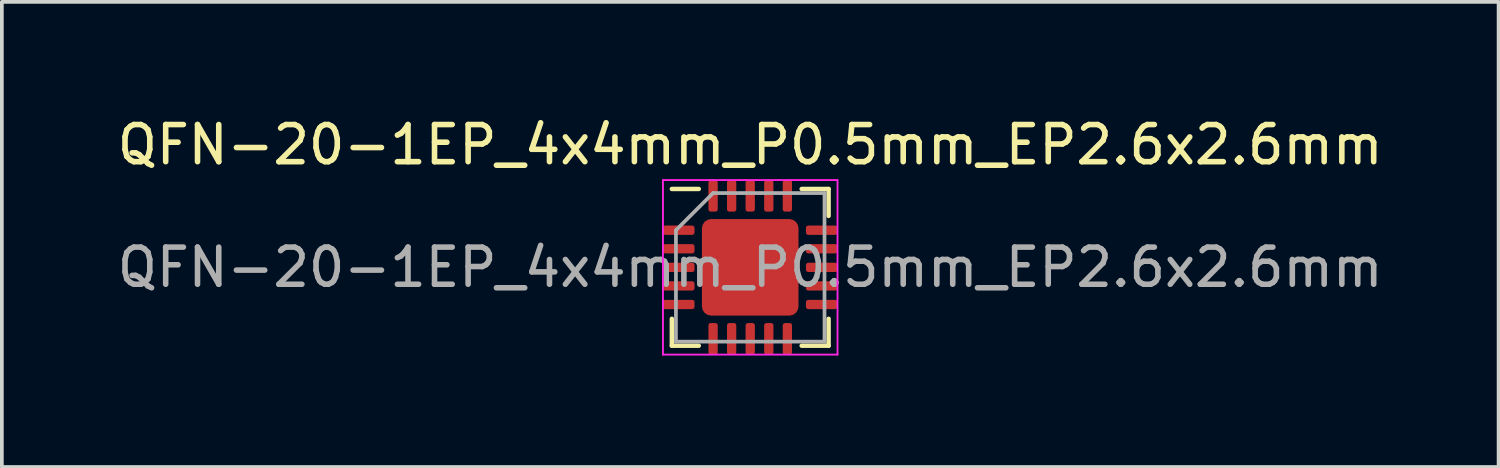
<source format=kicad_pcb>
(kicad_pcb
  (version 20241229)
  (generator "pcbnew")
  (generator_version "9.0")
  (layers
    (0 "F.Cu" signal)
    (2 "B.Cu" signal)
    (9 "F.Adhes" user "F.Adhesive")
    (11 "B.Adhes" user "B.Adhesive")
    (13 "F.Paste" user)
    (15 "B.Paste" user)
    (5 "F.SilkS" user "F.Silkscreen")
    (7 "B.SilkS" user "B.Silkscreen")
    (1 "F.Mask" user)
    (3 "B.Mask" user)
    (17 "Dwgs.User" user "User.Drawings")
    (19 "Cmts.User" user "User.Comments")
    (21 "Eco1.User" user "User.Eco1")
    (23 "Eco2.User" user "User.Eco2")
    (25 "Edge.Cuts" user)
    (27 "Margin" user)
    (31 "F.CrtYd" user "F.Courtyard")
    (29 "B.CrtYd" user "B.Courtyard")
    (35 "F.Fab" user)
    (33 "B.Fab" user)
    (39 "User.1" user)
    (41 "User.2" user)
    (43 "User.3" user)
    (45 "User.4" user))
  (footprint "QFN-20-1EP_4x4mm_P0.5mm_EP2.6x2.6mm"
    (layer "F.Cu")
    (at 17.149 4.148)
    (property "Reference" "QFN-20-1EP_4x4mm_P0.5mm_EP2.6x2.6mm" (at 0 -3.3 0) (layer "F.SilkS") (effects (font (size 1 1) (thickness 0.15))))
    (attr smd)
    (fp_line (start -2.11 2.11) (end -2.11 1.385) (stroke (width 0.12) (type solid)) (layer "F.SilkS"))
    (fp_line (start -1.385 -2.11) (end -2.11 -2.11) (stroke (width 0.12) (type solid)) (layer "F.SilkS"))
    (fp_line (start -1.385 2.11) (end -2.11 2.11) (stroke (width 0.12) (type solid)) (layer "F.SilkS"))
    (fp_line (start 1.385 -2.11) (end 2.11 -2.11) (stroke (width 0.12) (type solid)) (layer "F.SilkS"))
    (fp_line (start 1.385 2.11) (end 2.11 2.11) (stroke (width 0.12) (type solid)) (layer "F.SilkS"))
    (fp_line (start 2.11 -2.11) (end 2.11 -1.385) (stroke (width 0.12) (type solid)) (layer "F.SilkS"))
    (fp_line (start 2.11 2.11) (end 2.11 1.385) (stroke (width 0.12) (type solid)) (layer "F.SilkS"))
    (fp_line (start -2.35 -2.35) (end -2.35 2.35) (stroke (width 0.05) (type solid)) (layer "F.CrtYd"))
    (fp_line (start -2.35 2.35) (end 2.35 2.35) (stroke (width 0.05) (type solid)) (layer "F.CrtYd"))
    (fp_line (start 2.35 -2.35) (end -2.35 -2.35) (stroke (width 0.05) (type solid)) (layer "F.CrtYd"))
    (fp_line (start 2.35 2.35) (end 2.35 -2.35) (stroke (width 0.05) (type solid)) (layer "F.CrtYd"))
    (fp_line (start -2 -1) (end -1 -2) (stroke (width 0.1) (type solid)) (layer "F.Fab"))
    (fp_line (start -2 2) (end -2 -1) (stroke (width 0.1) (type solid)) (layer "F.Fab"))
    (fp_line (start -1 -2) (end 2 -2) (stroke (width 0.1) (type solid)) (layer "F.Fab"))
    (fp_line (start 2 -2) (end 2 2) (stroke (width 0.1) (type solid)) (layer "F.Fab"))
    (fp_line (start 2 2) (end -2 2) (stroke (width 0.1) (type solid)) (layer "F.Fab"))
    (fp_text user "${REFERENCE}" (at 0 0 0) (layer "F.Fab") (effects (font (size 1 1) (thickness 0.15))))
    (pad "" smd roundrect (at -0.65 -0.65) (size 1.05 1.05) (layers "F.Paste") (roundrect_rratio 0.238))
    (pad "" smd roundrect (at -0.65 0.65) (size 1.05 1.05) (layers "F.Paste") (roundrect_rratio 0.238))
    (pad "" smd roundrect (at 0.65 -0.65) (size 1.05 1.05) (layers "F.Paste") (roundrect_rratio 0.238))
    (pad "" smd roundrect (at 0.65 0.65) (size 1.05 1.05) (layers "F.Paste") (roundrect_rratio 0.238))
    (pad "1" smd roundrect (at -1.925 -1) (size 0.85 0.25) (layers "F.Cu" "F.Mask" "F.Paste") (roundrect_rratio 0.25))
    (pad "2" smd roundrect (at -1.925 -0.5) (size 0.85 0.25) (layers "F.Cu" "F.Mask" "F.Paste") (roundrect_rratio 0.25))
    (pad "3" smd roundrect (at -1.925 0) (size 0.85 0.25) (layers "F.Cu" "F.Mask" "F.Paste") (roundrect_rratio 0.25))
    (pad "4" smd roundrect (at -1.925 0.5) (size 0.85 0.25) (layers "F.Cu" "F.Mask" "F.Paste") (roundrect_rratio 0.25))
    (pad "5" smd roundrect (at -1.925 1) (size 0.85 0.25) (layers "F.Cu" "F.Mask" "F.Paste") (roundrect_rratio 0.25))
    (pad "6" smd roundrect (at -1 1.925) (size 0.25 0.85) (layers "F.Cu" "F.Mask" "F.Paste") (roundrect_rratio 0.25))
    (pad "7" smd roundrect (at -0.5 1.925) (size 0.25 0.85) (layers "F.Cu" "F.Mask" "F.Paste") (roundrect_rratio 0.25))
    (pad "8" smd roundrect (at 0 1.925) (size 0.25 0.85) (layers "F.Cu" "F.Mask" "F.Paste") (roundrect_rratio 0.25))
    (pad "9" smd roundrect (at 0.5 1.925) (size 0.25 0.85) (layers "F.Cu" "F.Mask" "F.Paste") (roundrect_rratio 0.25))
    (pad "10" smd roundrect (at 1 1.925) (size 0.25 0.85) (layers "F.Cu" "F.Mask" "F.Paste") (roundrect_rratio 0.25))
    (pad "11" smd roundrect (at 1.925 1) (size 0.85 0.25) (layers "F.Cu" "F.Mask" "F.Paste") (roundrect_rratio 0.25))
    (pad "12" smd roundrect (at 1.925 0.5) (size 0.85 0.25) (layers "F.Cu" "F.Mask" "F.Paste") (roundrect_rratio 0.25))
    (pad "13" smd roundrect (at 1.925 0) (size 0.85 0.25) (layers "F.Cu" "F.Mask" "F.Paste") (roundrect_rratio 0.25))
    (pad "14" smd roundrect (at 1.925 -0.5) (size 0.85 0.25) (layers "F.Cu" "F.Mask" "F.Paste") (roundrect_rratio 0.25))
    (pad "15" smd roundrect (at 1.925 -1) (size 0.85 0.25) (layers "F.Cu" "F.Mask" "F.Paste") (roundrect_rratio 0.25))
    (pad "16" smd roundrect (at 1 -1.925) (size 0.25 0.85) (layers "F.Cu" "F.Mask" "F.Paste") (roundrect_rratio 0.25))
    (pad "17" smd roundrect (at 0.5 -1.925) (size 0.25 0.85) (layers "F.Cu" "F.Mask" "F.Paste") (roundrect_rratio 0.25))
    (pad "18" smd roundrect (at 0 -1.925) (size 0.25 0.85) (layers "F.Cu" "F.Mask" "F.Paste") (roundrect_rratio 0.25))
    (pad "19" smd roundrect (at -0.5 -1.925) (size 0.25 0.85) (layers "F.Cu" "F.Mask" "F.Paste") (roundrect_rratio 0.25))
    (pad "20" smd roundrect (at -1 -1.925) (size 0.25 0.85) (layers "F.Cu" "F.Mask" "F.Paste") (roundrect_rratio 0.25))
    (pad "21" smd roundrect (at 0 0) (size 2.6 2.6) (layers "F.Cu" "F.Mask") (roundrect_rratio 0.096)))
  (gr_rect
    (start -3 -3)
    (end 37.298 9.523)
    (stroke (width 0.1) (type default))
    (fill no)
    (layer "Edge.Cuts")))
</source>
